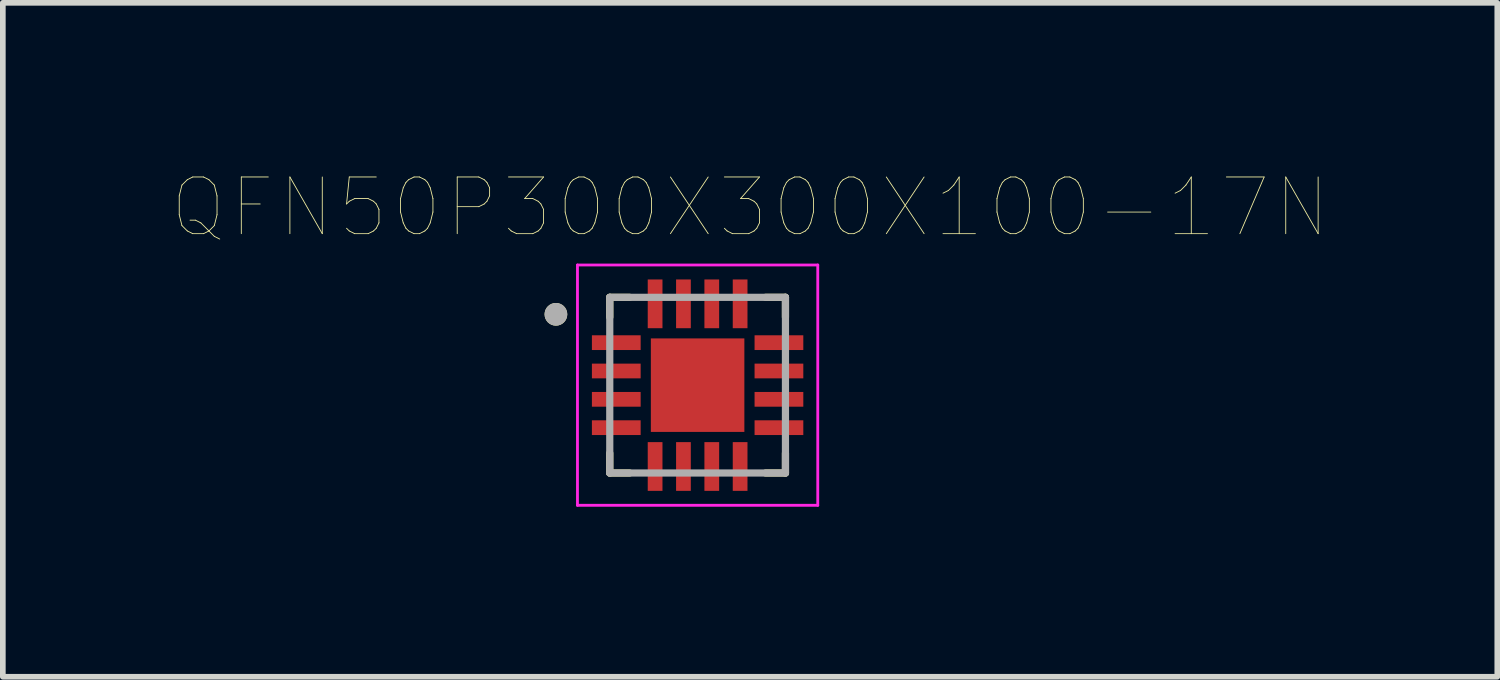
<source format=kicad_pcb>
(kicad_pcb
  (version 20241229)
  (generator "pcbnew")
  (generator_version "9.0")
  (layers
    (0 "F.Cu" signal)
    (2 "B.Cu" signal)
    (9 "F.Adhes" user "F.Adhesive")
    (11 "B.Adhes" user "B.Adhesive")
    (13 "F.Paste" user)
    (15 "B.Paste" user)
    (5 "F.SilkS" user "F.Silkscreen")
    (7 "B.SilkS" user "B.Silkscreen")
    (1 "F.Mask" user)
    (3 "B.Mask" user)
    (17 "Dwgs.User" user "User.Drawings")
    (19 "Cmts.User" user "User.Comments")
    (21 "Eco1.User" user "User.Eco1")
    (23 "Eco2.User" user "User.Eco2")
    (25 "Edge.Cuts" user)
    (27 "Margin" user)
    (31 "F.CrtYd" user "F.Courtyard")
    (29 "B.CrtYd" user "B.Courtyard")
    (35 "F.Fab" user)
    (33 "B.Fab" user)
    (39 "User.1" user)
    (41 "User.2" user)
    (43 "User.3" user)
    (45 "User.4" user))
  (footprint "QFN50P300X300X100-17N"
    (layer "F.Cu")
    (at 9.259 3.746)
    (property "Reference" "QFN50P300X300X100-17N" (at 0.925 -3.135 0) (layer "F.SilkS") (effects (font (size 1 1) (thickness 0.015))))
    (attr through_hole)
    (fp_line (start -1.55 -1.55) (end -1.2 -1.55) (stroke (width 0.127) (type solid)) (layer "F.SilkS"))
    (fp_line (start -1.55 -1.2) (end -1.55 -1.55) (stroke (width 0.127) (type solid)) (layer "F.SilkS"))
    (fp_line (start -1.55 1.55) (end -1.55 1.2) (stroke (width 0.127) (type solid)) (layer "F.SilkS"))
    (fp_line (start -1.2 1.55) (end -1.55 1.55) (stroke (width 0.127) (type solid)) (layer "F.SilkS"))
    (fp_line (start 1.2 -1.55) (end 1.55 -1.55) (stroke (width 0.127) (type solid)) (layer "F.SilkS"))
    (fp_line (start 1.55 -1.55) (end 1.55 -1.2) (stroke (width 0.127) (type solid)) (layer "F.SilkS"))
    (fp_line (start 1.55 1.2) (end 1.55 1.55) (stroke (width 0.127) (type solid)) (layer "F.SilkS"))
    (fp_line (start 1.55 1.55) (end 1.2 1.55) (stroke (width 0.127) (type solid)) (layer "F.SilkS"))
    (fp_circle (center -2.5 -1.25) (end -2.4 -1.25) (stroke (width 0.2) (type solid)) (fill no) (layer "F.SilkS"))
    (fp_poly (pts (xy -0.5 -0.5) (xy 0.5 -0.5) (xy 0.5 0.5) (xy -0.5 0.5)) (stroke (width 0.01) (type solid)) (fill yes) (layer "F.Paste"))
    (fp_line (start -2.12 -2.12) (end 2.12 -2.12) (stroke (width 0.05) (type solid)) (layer "F.CrtYd"))
    (fp_line (start -2.12 2.12) (end -2.12 -2.12) (stroke (width 0.05) (type solid)) (layer "F.CrtYd"))
    (fp_line (start 2.12 -2.12) (end 2.12 2.12) (stroke (width 0.05) (type solid)) (layer "F.CrtYd"))
    (fp_line (start 2.12 2.12) (end -2.12 2.12) (stroke (width 0.05) (type solid)) (layer "F.CrtYd"))
    (fp_line (start -1.55 -1.55) (end 1.55 -1.55) (stroke (width 0.127) (type solid)) (layer "F.Fab"))
    (fp_line (start -1.55 1.55) (end -1.55 -1.55) (stroke (width 0.127) (type solid)) (layer "F.Fab"))
    (fp_line (start 1.55 -1.55) (end 1.55 1.55) (stroke (width 0.127) (type solid)) (layer "F.Fab"))
    (fp_line (start 1.55 1.55) (end -1.55 1.55) (stroke (width 0.127) (type solid)) (layer "F.Fab"))
    (fp_circle (center -2.5 -1.25) (end -2.4 -1.25) (stroke (width 0.2) (type solid)) (fill no) (layer "F.Fab"))
    (pad "1" smd rect (at -1.435 -0.75) (size 0.86 0.26) (layers "F.Cu" "F.Mask" "F.Paste"))
    (pad "2" smd rect (at -1.435 -0.25) (size 0.86 0.26) (layers "F.Cu" "F.Mask" "F.Paste"))
    (pad "3" smd rect (at -1.435 0.25) (size 0.86 0.26) (layers "F.Cu" "F.Mask" "F.Paste"))
    (pad "4" smd rect (at -1.435 0.75) (size 0.86 0.26) (layers "F.Cu" "F.Mask" "F.Paste"))
    (pad "5" smd rect (at -0.75 1.435) (size 0.26 0.86) (layers "F.Cu" "F.Mask" "F.Paste"))
    (pad "6" smd rect (at -0.25 1.435) (size 0.26 0.86) (layers "F.Cu" "F.Mask" "F.Paste"))
    (pad "7" smd rect (at 0.25 1.435) (size 0.26 0.86) (layers "F.Cu" "F.Mask" "F.Paste"))
    (pad "8" smd rect (at 0.75 1.435) (size 0.26 0.86) (layers "F.Cu" "F.Mask" "F.Paste"))
    (pad "9" smd rect (at 1.435 0.75) (size 0.86 0.26) (layers "F.Cu" "F.Mask" "F.Paste"))
    (pad "10" smd rect (at 1.435 0.25) (size 0.86 0.26) (layers "F.Cu" "F.Mask" "F.Paste"))
    (pad "11" smd rect (at 1.435 -0.25) (size 0.86 0.26) (layers "F.Cu" "F.Mask" "F.Paste"))
    (pad "12" smd rect (at 1.435 -0.75) (size 0.86 0.26) (layers "F.Cu" "F.Mask" "F.Paste"))
    (pad "13" smd rect (at 0.75 -1.435) (size 0.26 0.86) (layers "F.Cu" "F.Mask" "F.Paste"))
    (pad "14" smd rect (at 0.25 -1.435) (size 0.26 0.86) (layers "F.Cu" "F.Mask" "F.Paste"))
    (pad "15" smd rect (at -0.25 -1.435) (size 0.26 0.86) (layers "F.Cu" "F.Mask" "F.Paste"))
    (pad "16" smd rect (at -0.75 -1.435) (size 0.26 0.86) (layers "F.Cu" "F.Mask" "F.Paste"))
    (pad "17" smd rect (at 0 0) (size 1.65 1.65) (layers "F.Cu" "F.Mask")))
  (gr_rect
    (start -3 -3)
    (end 23.369 8.891)
    (stroke (width 0.1) (type default))
    (fill no)
    (layer "Edge.Cuts")))
</source>
